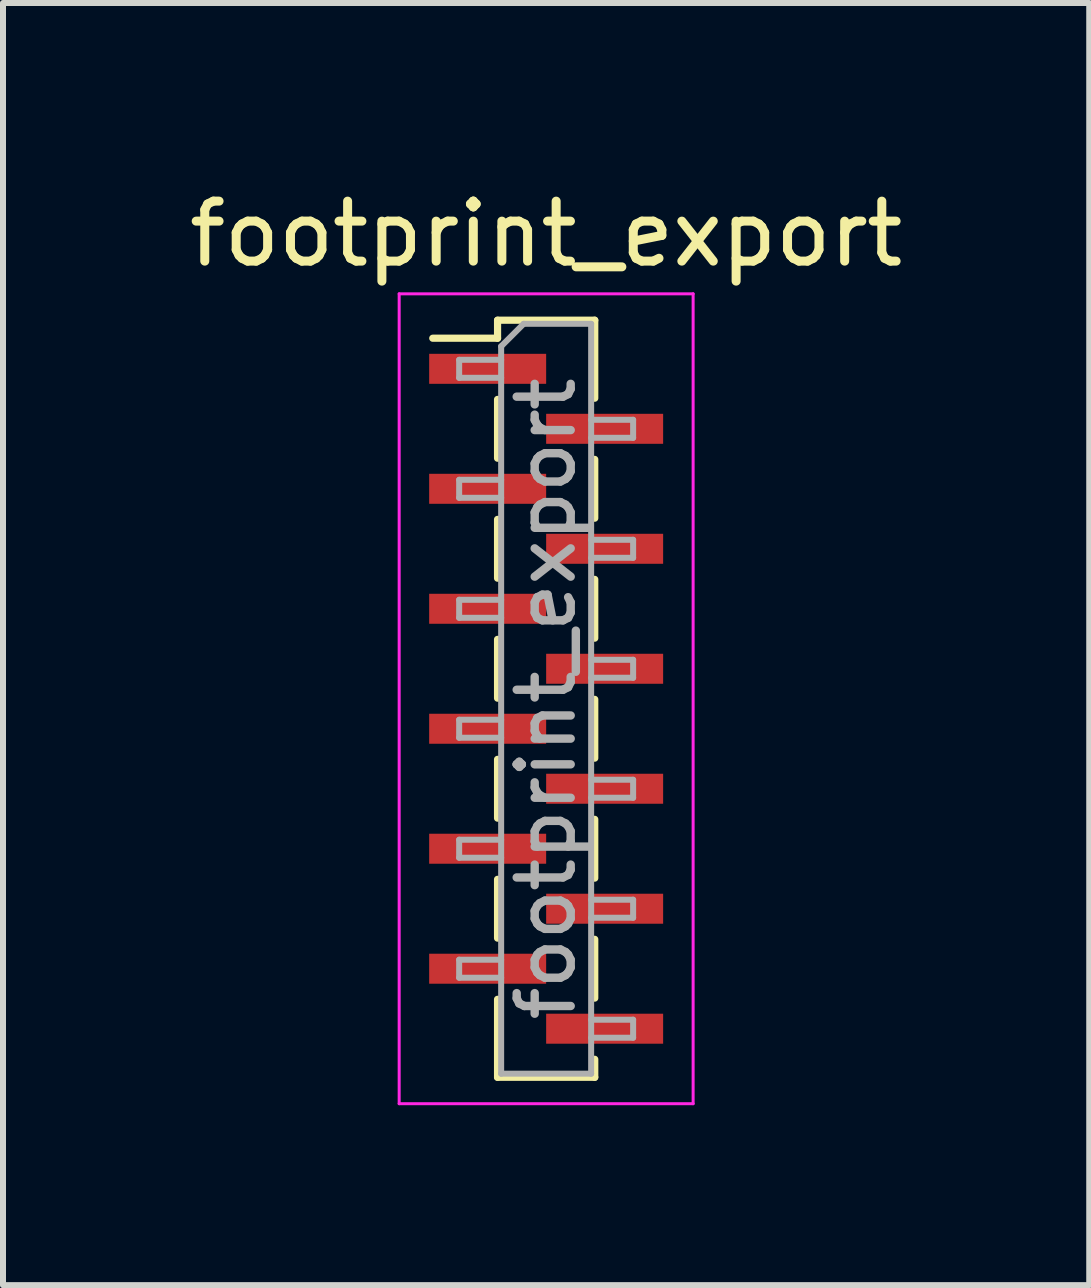
<source format=kicad_pcb>
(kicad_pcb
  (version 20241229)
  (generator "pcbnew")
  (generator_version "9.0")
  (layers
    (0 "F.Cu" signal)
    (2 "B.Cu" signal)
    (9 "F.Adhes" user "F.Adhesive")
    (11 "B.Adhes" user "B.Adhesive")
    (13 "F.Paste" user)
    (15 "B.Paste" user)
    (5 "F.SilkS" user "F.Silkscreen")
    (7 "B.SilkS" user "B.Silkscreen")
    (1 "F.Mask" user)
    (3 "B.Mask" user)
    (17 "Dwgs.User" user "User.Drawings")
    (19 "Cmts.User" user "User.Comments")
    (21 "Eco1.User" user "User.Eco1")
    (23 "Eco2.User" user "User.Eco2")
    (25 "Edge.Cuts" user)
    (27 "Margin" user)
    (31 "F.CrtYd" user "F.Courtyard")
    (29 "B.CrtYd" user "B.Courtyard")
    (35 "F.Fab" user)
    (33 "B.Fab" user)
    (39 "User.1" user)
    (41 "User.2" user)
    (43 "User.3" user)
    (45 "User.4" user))
  (footprint "footprint_export"
    (layer "F.Cu")
    (at 6.054 8.598)
    (property "Reference" "footprint_export" (at 0 -7.75 0) (layer "F.SilkS") (effects (font (size 1 1) (thickness 0.15))))
    (attr smd)
    (fp_line (start -1.89 -6.01) (end -0.81 -6.01) (stroke (width 0.12) (type solid)) (layer "F.SilkS"))
    (fp_line (start -0.81 -6.31) (end -0.81 -6.01) (stroke (width 0.12) (type solid)) (layer "F.SilkS"))
    (fp_line (start -0.81 -6.31) (end 0.81 -6.31) (stroke (width 0.12) (type solid)) (layer "F.SilkS"))
    (fp_line (start -0.81 -4.99) (end -0.81 -4.01) (stroke (width 0.12) (type solid)) (layer "F.SilkS"))
    (fp_line (start -0.81 -2.99) (end -0.81 -2.01) (stroke (width 0.12) (type solid)) (layer "F.SilkS"))
    (fp_line (start -0.81 -0.99) (end -0.81 -0.01) (stroke (width 0.12) (type solid)) (layer "F.SilkS"))
    (fp_line (start -0.81 1.01) (end -0.81 1.99) (stroke (width 0.12) (type solid)) (layer "F.SilkS"))
    (fp_line (start -0.81 3.01) (end -0.81 3.99) (stroke (width 0.12) (type solid)) (layer "F.SilkS"))
    (fp_line (start -0.81 5.01) (end -0.81 6.31) (stroke (width 0.12) (type solid)) (layer "F.SilkS"))
    (fp_line (start -0.81 6.31) (end 0.81 6.31) (stroke (width 0.12) (type solid)) (layer "F.SilkS"))
    (fp_line (start 0.81 -6.31) (end 0.81 -5.01) (stroke (width 0.12) (type solid)) (layer "F.SilkS"))
    (fp_line (start 0.81 -3.99) (end 0.81 -3.01) (stroke (width 0.12) (type solid)) (layer "F.SilkS"))
    (fp_line (start 0.81 -1.99) (end 0.81 -1.01) (stroke (width 0.12) (type solid)) (layer "F.SilkS"))
    (fp_line (start 0.81 0.01) (end 0.81 0.99) (stroke (width 0.12) (type solid)) (layer "F.SilkS"))
    (fp_line (start 0.81 2.01) (end 0.81 2.99) (stroke (width 0.12) (type solid)) (layer "F.SilkS"))
    (fp_line (start 0.81 4.01) (end 0.81 4.99) (stroke (width 0.12) (type solid)) (layer "F.SilkS"))
    (fp_line (start 0.81 6.01) (end 0.81 6.31) (stroke (width 0.12) (type solid)) (layer "F.SilkS"))
    (fp_line (start -2.45 -6.75) (end 2.45 -6.75) (stroke (width 0.05) (type solid)) (layer "F.CrtYd"))
    (fp_line (start -2.45 6.75) (end -2.45 -6.75) (stroke (width 0.05) (type solid)) (layer "F.CrtYd"))
    (fp_line (start 2.45 -6.75) (end 2.45 6.75) (stroke (width 0.05) (type solid)) (layer "F.CrtYd"))
    (fp_line (start 2.45 6.75) (end -2.45 6.75) (stroke (width 0.05) (type solid)) (layer "F.CrtYd"))
    (fp_line (start -1.45 -5.65) (end -0.75 -5.65) (stroke (width 0.1) (type solid)) (layer "F.Fab"))
    (fp_line (start -1.45 -5.35) (end -1.45 -5.65) (stroke (width 0.1) (type solid)) (layer "F.Fab"))
    (fp_line (start -1.45 -3.65) (end -0.75 -3.65) (stroke (width 0.1) (type solid)) (layer "F.Fab"))
    (fp_line (start -1.45 -3.35) (end -1.45 -3.65) (stroke (width 0.1) (type solid)) (layer "F.Fab"))
    (fp_line (start -1.45 -1.65) (end -0.75 -1.65) (stroke (width 0.1) (type solid)) (layer "F.Fab"))
    (fp_line (start -1.45 -1.35) (end -1.45 -1.65) (stroke (width 0.1) (type solid)) (layer "F.Fab"))
    (fp_line (start -1.45 0.35) (end -0.75 0.35) (stroke (width 0.1) (type solid)) (layer "F.Fab"))
    (fp_line (start -1.45 0.65) (end -1.45 0.35) (stroke (width 0.1) (type solid)) (layer "F.Fab"))
    (fp_line (start -1.45 2.35) (end -0.75 2.35) (stroke (width 0.1) (type solid)) (layer "F.Fab"))
    (fp_line (start -1.45 2.65) (end -1.45 2.35) (stroke (width 0.1) (type solid)) (layer "F.Fab"))
    (fp_line (start -1.45 4.35) (end -0.75 4.35) (stroke (width 0.1) (type solid)) (layer "F.Fab"))
    (fp_line (start -1.45 4.65) (end -1.45 4.35) (stroke (width 0.1) (type solid)) (layer "F.Fab"))
    (fp_line (start -0.75 -5.875) (end -0.375 -6.25) (stroke (width 0.1) (type solid)) (layer "F.Fab"))
    (fp_line (start -0.75 -5.35) (end -1.45 -5.35) (stroke (width 0.1) (type solid)) (layer "F.Fab"))
    (fp_line (start -0.75 -3.35) (end -1.45 -3.35) (stroke (width 0.1) (type solid)) (layer "F.Fab"))
    (fp_line (start -0.75 -1.35) (end -1.45 -1.35) (stroke (width 0.1) (type solid)) (layer "F.Fab"))
    (fp_line (start -0.75 0.65) (end -1.45 0.65) (stroke (width 0.1) (type solid)) (layer "F.Fab"))
    (fp_line (start -0.75 2.65) (end -1.45 2.65) (stroke (width 0.1) (type solid)) (layer "F.Fab"))
    (fp_line (start -0.75 4.65) (end -1.45 4.65) (stroke (width 0.1) (type solid)) (layer "F.Fab"))
    (fp_line (start -0.75 6.25) (end -0.75 -5.875) (stroke (width 0.1) (type solid)) (layer "F.Fab"))
    (fp_line (start -0.375 -6.25) (end 0.75 -6.25) (stroke (width 0.1) (type solid)) (layer "F.Fab"))
    (fp_line (start 0.75 -6.25) (end 0.75 6.25) (stroke (width 0.1) (type solid)) (layer "F.Fab"))
    (fp_line (start 0.75 -4.65) (end 1.45 -4.65) (stroke (width 0.1) (type solid)) (layer "F.Fab"))
    (fp_line (start 0.75 -2.65) (end 1.45 -2.65) (stroke (width 0.1) (type solid)) (layer "F.Fab"))
    (fp_line (start 0.75 -0.65) (end 1.45 -0.65) (stroke (width 0.1) (type solid)) (layer "F.Fab"))
    (fp_line (start 0.75 1.35) (end 1.45 1.35) (stroke (width 0.1) (type solid)) (layer "F.Fab"))
    (fp_line (start 0.75 3.35) (end 1.45 3.35) (stroke (width 0.1) (type solid)) (layer "F.Fab"))
    (fp_line (start 0.75 5.35) (end 1.45 5.35) (stroke (width 0.1) (type solid)) (layer "F.Fab"))
    (fp_line (start 0.75 6.25) (end -0.75 6.25) (stroke (width 0.1) (type solid)) (layer "F.Fab"))
    (fp_line (start 1.45 -4.65) (end 1.45 -4.35) (stroke (width 0.1) (type solid)) (layer "F.Fab"))
    (fp_line (start 1.45 -4.35) (end 0.75 -4.35) (stroke (width 0.1) (type solid)) (layer "F.Fab"))
    (fp_line (start 1.45 -2.65) (end 1.45 -2.35) (stroke (width 0.1) (type solid)) (layer "F.Fab"))
    (fp_line (start 1.45 -2.35) (end 0.75 -2.35) (stroke (width 0.1) (type solid)) (layer "F.Fab"))
    (fp_line (start 1.45 -0.65) (end 1.45 -0.35) (stroke (width 0.1) (type solid)) (layer "F.Fab"))
    (fp_line (start 1.45 -0.35) (end 0.75 -0.35) (stroke (width 0.1) (type solid)) (layer "F.Fab"))
    (fp_line (start 1.45 1.35) (end 1.45 1.65) (stroke (width 0.1) (type solid)) (layer "F.Fab"))
    (fp_line (start 1.45 1.65) (end 0.75 1.65) (stroke (width 0.1) (type solid)) (layer "F.Fab"))
    (fp_line (start 1.45 3.35) (end 1.45 3.65) (stroke (width 0.1) (type solid)) (layer "F.Fab"))
    (fp_line (start 1.45 3.65) (end 0.75 3.65) (stroke (width 0.1) (type solid)) (layer "F.Fab"))
    (fp_line (start 1.45 5.35) (end 1.45 5.65) (stroke (width 0.1) (type solid)) (layer "F.Fab"))
    (fp_line (start 1.45 5.65) (end 0.75 5.65) (stroke (width 0.1) (type solid)) (layer "F.Fab"))
    (fp_text user "${REFERENCE}" (at 0 0 90) (layer "F.Fab") (effects (font (size 0.9 0.9) (thickness 0.14))))
    (pad "1" smd rect (at -0.975 -5.5) (size 1.95 0.5) (layers "F.Cu" "F.Mask" "F.Paste"))
    (pad "2" smd rect (at 0.975 -4.5) (size 1.95 0.5) (layers "F.Cu" "F.Mask" "F.Paste"))
    (pad "3" smd rect (at -0.975 -3.5) (size 1.95 0.5) (layers "F.Cu" "F.Mask" "F.Paste"))
    (pad "4" smd rect (at 0.975 -2.5) (size 1.95 0.5) (layers "F.Cu" "F.Mask" "F.Paste"))
    (pad "5" smd rect (at -0.975 -1.5) (size 1.95 0.5) (layers "F.Cu" "F.Mask" "F.Paste"))
    (pad "6" smd rect (at 0.975 -0.5) (size 1.95 0.5) (layers "F.Cu" "F.Mask" "F.Paste"))
    (pad "7" smd rect (at -0.975 0.5) (size 1.95 0.5) (layers "F.Cu" "F.Mask" "F.Paste"))
    (pad "8" smd rect (at 0.975 1.5) (size 1.95 0.5) (layers "F.Cu" "F.Mask" "F.Paste"))
    (pad "9" smd rect (at -0.975 2.5) (size 1.95 0.5) (layers "F.Cu" "F.Mask" "F.Paste"))
    (pad "10" smd rect (at 0.975 3.5) (size 1.95 0.5) (layers "F.Cu" "F.Mask" "F.Paste"))
    (pad "11" smd rect (at -0.975 4.5) (size 1.95 0.5) (layers "F.Cu" "F.Mask" "F.Paste"))
    (pad "12" smd rect (at 0.975 5.5) (size 1.95 0.5) (layers "F.Cu" "F.Mask" "F.Paste")))
  (gr_rect
    (start -3 -3)
    (end 15.107 18.373)
    (stroke (width 0.1) (type default))
    (fill no)
    (layer "Edge.Cuts")))
</source>
